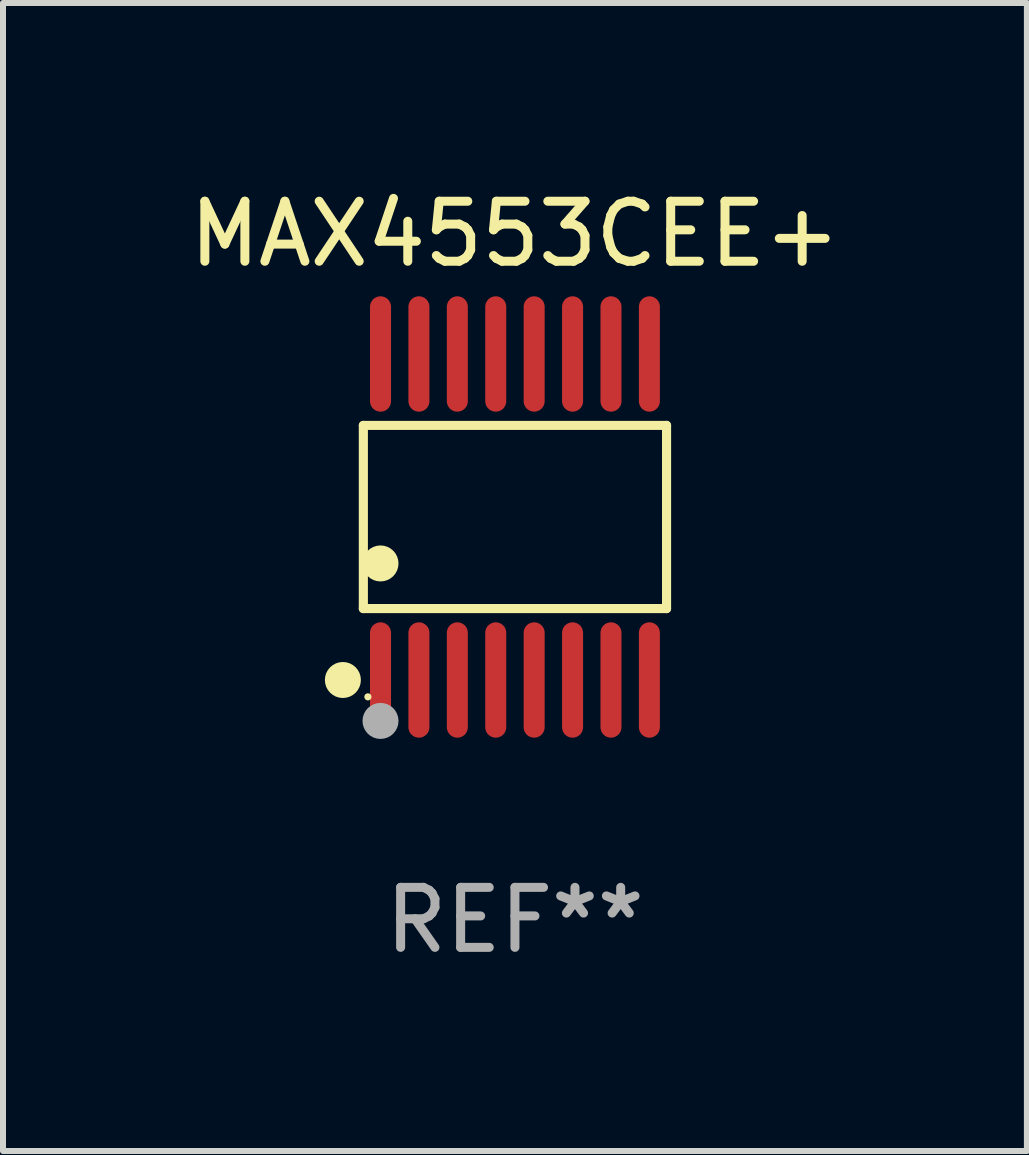
<source format=kicad_pcb>
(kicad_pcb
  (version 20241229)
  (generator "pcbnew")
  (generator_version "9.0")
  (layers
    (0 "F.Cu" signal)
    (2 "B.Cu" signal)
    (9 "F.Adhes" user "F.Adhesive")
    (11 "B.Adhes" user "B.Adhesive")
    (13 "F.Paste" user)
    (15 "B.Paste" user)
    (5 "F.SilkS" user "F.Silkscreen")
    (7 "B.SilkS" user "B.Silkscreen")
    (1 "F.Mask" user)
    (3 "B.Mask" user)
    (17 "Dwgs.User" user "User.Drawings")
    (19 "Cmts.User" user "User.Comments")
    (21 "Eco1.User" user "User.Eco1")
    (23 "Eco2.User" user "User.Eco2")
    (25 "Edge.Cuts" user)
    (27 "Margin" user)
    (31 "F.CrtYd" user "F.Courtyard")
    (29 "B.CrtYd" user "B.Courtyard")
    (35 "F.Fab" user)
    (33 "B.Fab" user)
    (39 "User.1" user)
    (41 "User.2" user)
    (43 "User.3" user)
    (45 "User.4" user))
  (footprint "MAX4553CEE+"
    (layer "F.Cu")
    (at 5.53 5.564)
    (property "Reference" "MAX4553CEE+" (at 0 -4.716 0) (layer "F.SilkS") (effects (font (size 1 1) (thickness 0.15))))
    (attr through_hole)
    (fp_line (start -2.526 -1.526) (end 2.526 -1.526) (stroke (width 0.152) (type solid)) (layer "F.SilkS"))
    (fp_line (start -2.526 1.526) (end -2.526 -1.526) (stroke (width 0.152) (type solid)) (layer "F.SilkS"))
    (fp_line (start 2.526 -1.526) (end 2.526 1.526) (stroke (width 0.152) (type solid)) (layer "F.SilkS"))
    (fp_line (start 2.526 1.526) (end -2.526 1.526) (stroke (width 0.152) (type solid)) (layer "F.SilkS"))
    (fp_circle (center -2.867 2.716) (end -2.717 2.716) (stroke (width 0.3) (type solid)) (fill no) (layer "F.SilkS"))
    (fp_circle (center -2.45 2.997) (end -2.42 2.997) (stroke (width 0.06) (type solid)) (fill no) (layer "F.SilkS"))
    (fp_circle (center -2.24 0.774) (end -2.09 0.774) (stroke (width 0.3) (type solid)) (fill no) (layer "F.SilkS"))
    (fp_circle (center -2.24 3.398) (end -2.09 3.398) (stroke (width 0.3) (type solid)) (fill no) (layer "F.Fab"))
    (fp_text user "REF**" (at 0 6.716 0) (layer "F.Fab") (effects (font (size 1 1) (thickness 0.15))))
    (pad "1" smd oval (at -2.24 2.716) (size 0.35 1.922) (layers "F.Cu" "F.Mask" "F.Paste"))
    (pad "2" smd oval (at -1.6 2.716) (size 0.35 1.922) (layers "F.Cu" "F.Mask" "F.Paste"))
    (pad "3" smd oval (at -0.96 2.716) (size 0.35 1.922) (layers "F.Cu" "F.Mask" "F.Paste"))
    (pad "4" smd oval (at -0.32 2.716) (size 0.35 1.922) (layers "F.Cu" "F.Mask" "F.Paste"))
    (pad "5" smd oval (at 0.32 2.716) (size 0.35 1.922) (layers "F.Cu" "F.Mask" "F.Paste"))
    (pad "6" smd oval (at 0.96 2.716) (size 0.35 1.922) (layers "F.Cu" "F.Mask" "F.Paste"))
    (pad "7" smd oval (at 1.6 2.716) (size 0.35 1.922) (layers "F.Cu" "F.Mask" "F.Paste"))
    (pad "8" smd oval (at 2.24 2.716) (size 0.35 1.922) (layers "F.Cu" "F.Mask" "F.Paste"))
    (pad "9" smd oval (at 2.24 -2.716) (size 0.35 1.922) (layers "F.Cu" "F.Mask" "F.Paste"))
    (pad "10" smd oval (at 1.6 -2.716) (size 0.35 1.922) (layers "F.Cu" "F.Mask" "F.Paste"))
    (pad "11" smd oval (at 0.96 -2.716) (size 0.35 1.922) (layers "F.Cu" "F.Mask" "F.Paste"))
    (pad "12" smd oval (at 0.32 -2.716) (size 0.35 1.922) (layers "F.Cu" "F.Mask" "F.Paste"))
    (pad "13" smd oval (at -0.32 -2.716) (size 0.35 1.922) (layers "F.Cu" "F.Mask" "F.Paste"))
    (pad "14" smd oval (at -0.96 -2.716) (size 0.35 1.922) (layers "F.Cu" "F.Mask" "F.Paste"))
    (pad "15" smd oval (at -1.6 -2.716) (size 0.35 1.922) (layers "F.Cu" "F.Mask" "F.Paste"))
    (pad "16" smd oval (at -2.24 -2.716) (size 0.35 1.922) (layers "F.Cu" "F.Mask" "F.Paste")))
  (gr_rect
    (start -3 -3)
    (end 14.06 16.128)
    (stroke (width 0.1) (type default))
    (fill no)
    (layer "Edge.Cuts")))
</source>
